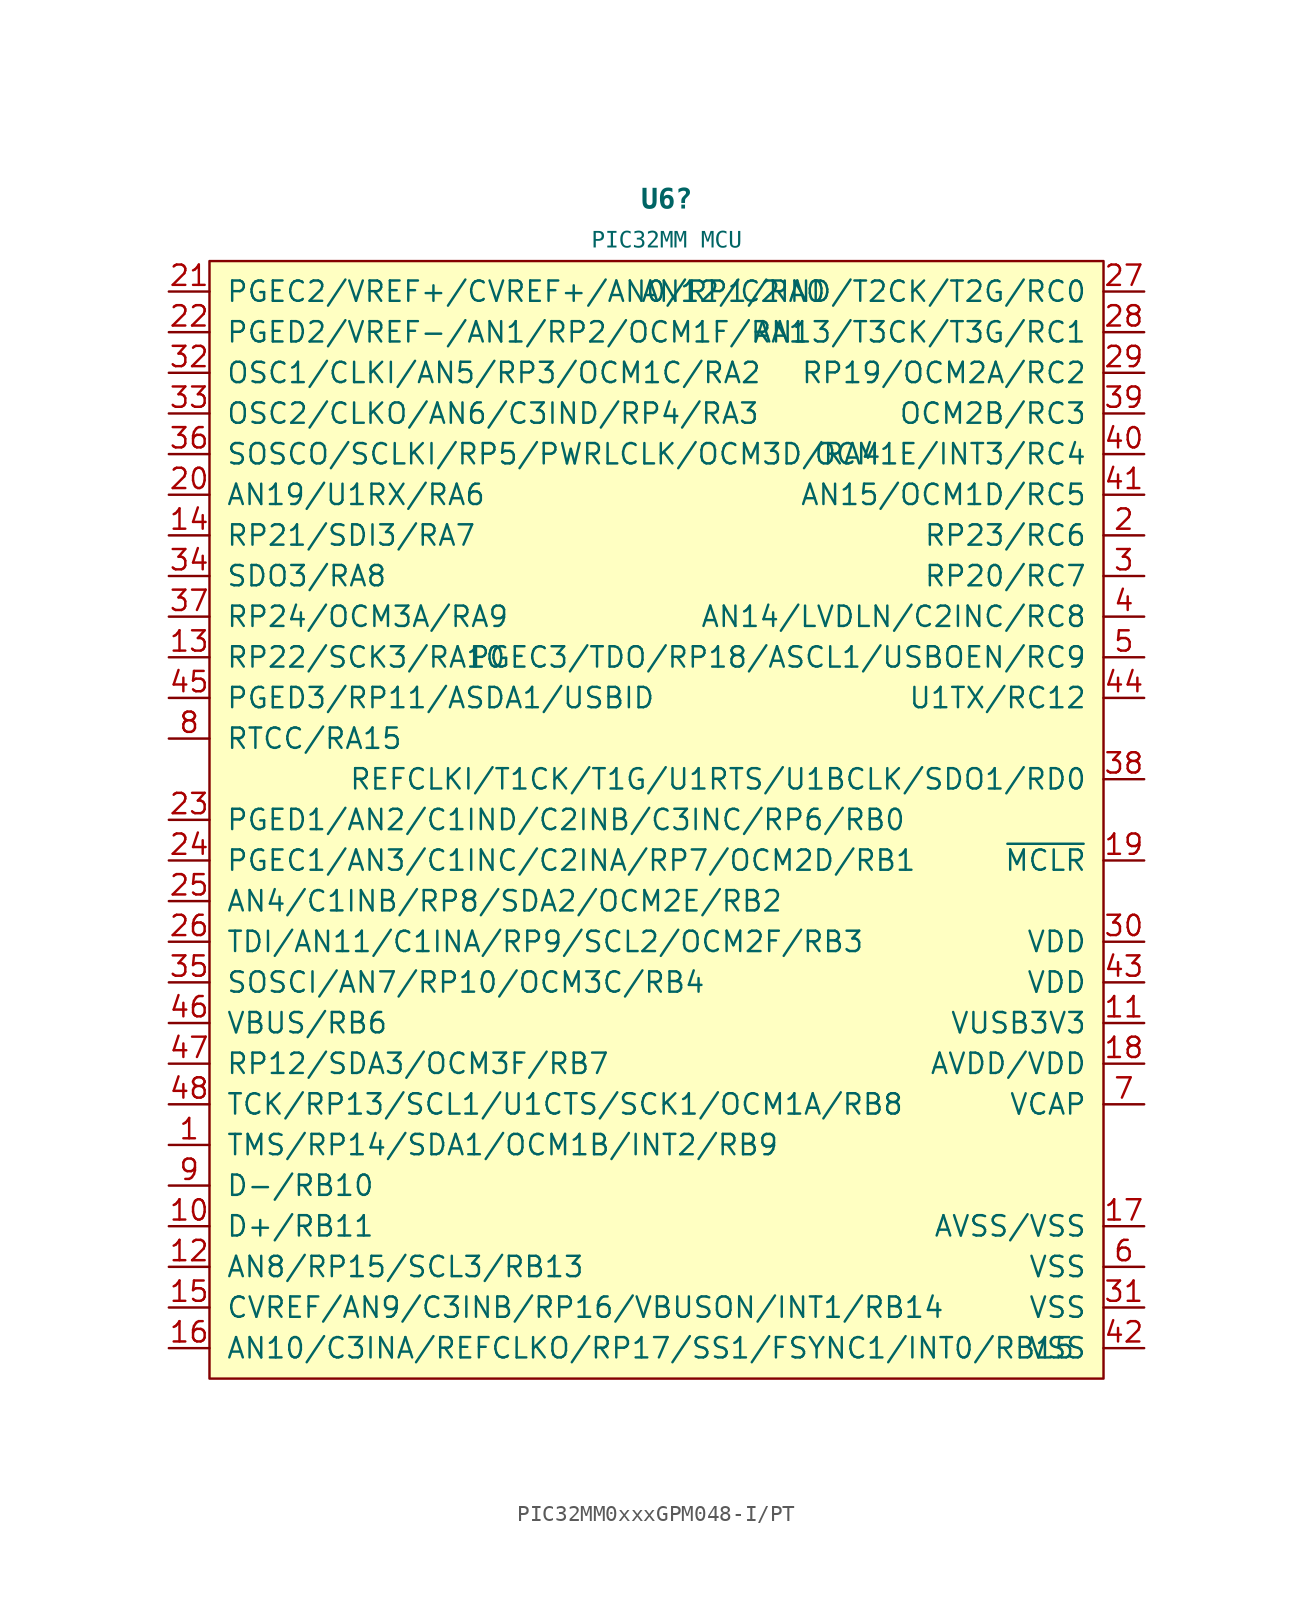
<source format=kicad_sym>
(kicad_symbol_lib
  (version 20231120)
  (generator "kicad_symbol_editor")
  (generator_version "8.0")
  (symbol "PIC32MM0xxxGPM048-I/PT"
    (pin_names
      (offset 1.016))
    (property "Reference" "U6"
      (at 0 38.735 0)
      (effects (font (face "Consolas") (size 1.27 1.27) (bold yes))))
    (property "Value" "PIC32MM MCU"
      (at 0 36.195 0)
      (effects (font (face "Consolas") (size 1.016 1.016))))
    (symbol "PIC32MM0xxxGPM048-I/PT_1_0"
      (pin bidirectional line (at -31.115 -20.32 0) (length 2.54) (name "TMS/RP14/SDA1/OCM1B/INT2/RB9" (effects (font (size 1.27 1.27)))) (number "1" (effects (font (size 1.27 1.27)))))
      (pin bidirectional line (at -31.115 -25.4 0) (length 2.54) (name "D+/RB11" (effects (font (size 1.27 1.27)))) (number "10" (effects (font (size 1.27 1.27)))))
      (pin power_in line (at 29.845 -12.7 180) (length 2.54) (name "VUSB3V3" (effects (font (size 1.27 1.27)))) (number "11" (effects (font (size 1.27 1.27)))))
      (pin bidirectional line (at -31.115 -27.94 0) (length 2.54) (name "AN8/RP15/SCL3/RB13" (effects (font (size 1.27 1.27)))) (number "12" (effects (font (size 1.27 1.27)))))
      (pin bidirectional line (at -31.115 10.16 0) (length 2.54) (name "RP22/SCK3/RA10" (effects (font (size 1.27 1.27)))) (number "13" (effects (font (size 1.27 1.27)))))
      (pin bidirectional line (at -31.115 17.78 0) (length 2.54) (name "RP21/SDI3/RA7" (effects (font (size 1.27 1.27)))) (number "14" (effects (font (size 1.27 1.27)))))
      (pin bidirectional line (at -31.115 -30.48 0) (length 2.54) (name "CVREF/AN9/C3INB/RP16/VBUSON/INT1/RB14" (effects (font (size 1.27 1.27)))) (number "15" (effects (font (size 1.27 1.27)))))
      (pin bidirectional line (at -31.115 -33.02 0) (length 2.54) (name "AN10/C3INA/REFCLKO/RP17/SS1/FSYNC1/INT0/RB15" (effects (font (size 1.27 1.27)))) (number "16" (effects (font (size 1.27 1.27)))))
      (pin power_in line (at 29.845 -25.4 180) (length 2.54) (name "AVSS/VSS" (effects (font (size 1.27 1.27)))) (number "17" (effects (font (size 1.27 1.27)))))
      (pin power_in line (at 29.845 -15.24 180) (length 2.54) (name "AVDD/VDD" (effects (font (size 1.27 1.27)))) (number "18" (effects (font (size 1.27 1.27)))))
      (pin input line (at 29.845 -2.54 180) (length 2.54) (name "~{MCLR}" (effects (font (size 1.27 1.27)))) (number "19" (effects (font (size 1.27 1.27)))))
      (pin bidirectional line (at 29.845 17.78 180) (length 2.54) (name "RP23/RC6" (effects (font (size 1.27 1.27)))) (number "2" (effects (font (size 1.27 1.27)))))
      (pin bidirectional line (at -31.115 20.32 0) (length 2.54) (name "AN19/U1RX/RA6" (effects (font (size 1.27 1.27)))) (number "20" (effects (font (size 1.27 1.27)))))
      (pin bidirectional line (at -31.115 33.02 0) (length 2.54) (name "PGEC2/VREF+/CVREF+/AN0/RP1/RA0" (effects (font (size 1.27 1.27)))) (number "21" (effects (font (size 1.27 1.27)))))
      (pin bidirectional line (at -31.115 30.48 0) (length 2.54) (name "PGED2/VREF-/AN1/RP2/OCM1F/RA1" (effects (font (size 1.27 1.27)))) (number "22" (effects (font (size 1.27 1.27)))))
      (pin bidirectional line (at -31.115 0 0) (length 2.54) (name "PGED1/AN2/C1IND/C2INB/C3INC/RP6/RB0" (effects (font (size 1.27 1.27)))) (number "23" (effects (font (size 1.27 1.27)))))
      (pin bidirectional line (at -31.115 -2.54 0) (length 2.54) (name "PGEC1/AN3/C1INC/C2INA/RP7/OCM2D/RB1" (effects (font (size 1.27 1.27)))) (number "24" (effects (font (size 1.27 1.27)))))
      (pin bidirectional line (at -31.115 -5.08 0) (length 2.54) (name "AN4/C1INB/RP8/SDA2/OCM2E/RB2" (effects (font (size 1.27 1.27)))) (number "25" (effects (font (size 1.27 1.27)))))
      (pin bidirectional line (at -31.115 -7.62 0) (length 2.54) (name "TDI/AN11/C1INA/RP9/SCL2/OCM2F/RB3" (effects (font (size 1.27 1.27)))) (number "26" (effects (font (size 1.27 1.27)))))
      (pin bidirectional line (at 29.845 33.02 180) (length 2.54) (name "AN12/C2IND/T2CK/T2G/RC0" (effects (font (size 1.27 1.27)))) (number "27" (effects (font (size 1.27 1.27)))))
      (pin bidirectional line (at 29.845 30.48 180) (length 2.54) (name "AN13/T3CK/T3G/RC1" (effects (font (size 1.27 1.27)))) (number "28" (effects (font (size 1.27 1.27)))))
      (pin bidirectional line (at 29.845 27.94 180) (length 2.54) (name "RP19/OCM2A/RC2" (effects (font (size 1.27 1.27)))) (number "29" (effects (font (size 1.27 1.27)))))
      (pin bidirectional line (at 29.845 15.24 180) (length 2.54) (name "RP20/RC7" (effects (font (size 1.27 1.27)))) (number "3" (effects (font (size 1.27 1.27)))))
      (pin power_in line (at 29.845 -7.62 180) (length 2.54) (name "VDD" (effects (font (size 1.27 1.27)))) (number "30" (effects (font (size 1.27 1.27)))))
      (pin power_in line (at 29.845 -30.48 180) (length 2.54) (name "VSS" (effects (font (size 1.27 1.27)))) (number "31" (effects (font (size 1.27 1.27)))))
      (pin bidirectional line (at -31.115 27.94 0) (length 2.54) (name "OSC1/CLKI/AN5/RP3/OCM1C/RA2" (effects (font (size 1.27 1.27)))) (number "32" (effects (font (size 1.27 1.27)))))
      (pin bidirectional line (at -31.115 25.4 0) (length 2.54) (name "OSC2/CLKO/AN6/C3IND/RP4/RA3" (effects (font (size 1.27 1.27)))) (number "33" (effects (font (size 1.27 1.27)))))
      (pin bidirectional line (at -31.115 15.24 0) (length 2.54) (name "SDO3/RA8" (effects (font (size 1.27 1.27)))) (number "34" (effects (font (size 1.27 1.27)))))
      (pin bidirectional line (at -31.115 -10.16 0) (length 2.54) (name "SOSCI/AN7/RP10/OCM3C/RB4" (effects (font (size 1.27 1.27)))) (number "35" (effects (font (size 1.27 1.27)))))
      (pin bidirectional line (at -31.115 22.86 0) (length 2.54) (name "SOSCO/SCLKI/RP5/PWRLCLK/OCM3D/RA4" (effects (font (size 1.27 1.27)))) (number "36" (effects (font (size 1.27 1.27)))))
      (pin bidirectional line (at -31.115 12.7 0) (length 2.54) (name "RP24/OCM3A/RA9" (effects (font (size 1.27 1.27)))) (number "37" (effects (font (size 1.27 1.27)))))
      (pin bidirectional line (at 29.845 2.54 180) (length 2.54) (name "REFCLKI/T1CK/T1G/U1RTS/U1BCLK/SDO1/RD0" (effects (font (size 1.27 1.27)))) (number "38" (effects (font (size 1.27 1.27)))))
      (pin bidirectional line (at 29.845 25.4 180) (length 2.54) (name "OCM2B/RC3" (effects (font (size 1.27 1.27)))) (number "39" (effects (font (size 1.27 1.27)))))
      (pin bidirectional line (at 29.845 12.7 180) (length 2.54) (name "AN14/LVDLN/C2INC/RC8" (effects (font (size 1.27 1.27)))) (number "4" (effects (font (size 1.27 1.27)))))
      (pin bidirectional line (at 29.845 22.86 180) (length 2.54) (name "OCM1E/INT3/RC4" (effects (font (size 1.27 1.27)))) (number "40" (effects (font (size 1.27 1.27)))))
      (pin bidirectional line (at 29.845 20.32 180) (length 2.54) (name "AN15/OCM1D/RC5" (effects (font (size 1.27 1.27)))) (number "41" (effects (font (size 1.27 1.27)))))
      (pin power_in line (at 29.845 -33.02 180) (length 2.54) (name "VSS" (effects (font (size 1.27 1.27)))) (number "42" (effects (font (size 1.27 1.27)))))
      (pin power_in line (at 29.845 -10.16 180) (length 2.54) (name "VDD" (effects (font (size 1.27 1.27)))) (number "43" (effects (font (size 1.27 1.27)))))
      (pin bidirectional line (at 29.845 7.62 180) (length 2.54) (name "U1TX/RC12" (effects (font (size 1.27 1.27)))) (number "44" (effects (font (size 1.27 1.27)))))
      (pin bidirectional line (at -31.115 7.62 0) (length 2.54) (name "PGED3/RP11/ASDA1/USBID" (effects (font (size 1.27 1.27)))) (number "45" (effects (font (size 1.27 1.27)))))
      (pin power_in line (at -31.115 -12.7 0) (length 2.54) (name "VBUS/RB6" (effects (font (size 1.27 1.27)))) (number "46" (effects (font (size 1.27 1.27)))))
      (pin bidirectional line (at -31.115 -15.24 0) (length 2.54) (name "RP12/SDA3/OCM3F/RB7" (effects (font (size 1.27 1.27)))) (number "47" (effects (font (size 1.27 1.27)))))
      (pin bidirectional line (at -31.115 -17.78 0) (length 2.54) (name "TCK/RP13/SCL1/U1CTS/SCK1/OCM1A/RB8" (effects (font (size 1.27 1.27)))) (number "48" (effects (font (size 1.27 1.27)))))
      (pin bidirectional line (at 29.845 10.16 180) (length 2.54) (name "PGEC3/TDO/RP18/ASCL1/USBOEN/RC9" (effects (font (size 1.27 1.27)))) (number "5" (effects (font (size 1.27 1.27)))))
      (pin power_in line (at 29.845 -27.94 180) (length 2.54) (name "VSS" (effects (font (size 1.27 1.27)))) (number "6" (effects (font (size 1.27 1.27)))))
      (pin power_in line (at 29.845 -17.78 180) (length 2.54) (name "VCAP" (effects (font (size 1.27 1.27)))) (number "7" (effects (font (size 1.27 1.27)))))
      (pin bidirectional line (at -31.115 5.08 0) (length 2.54) (name "RTCC/RA15" (effects (font (size 1.27 1.27)))) (number "8" (effects (font (size 1.27 1.27)))))
      (pin bidirectional line (at -31.115 -22.86 0) (length 2.54) (name "D-/RB10" (effects (font (size 1.27 1.27)))) (number "9" (effects (font (size 1.27 1.27))))))
    (symbol "PIC32MM0xxxGPM048-I/PT_1_1"
      (rectangle (start -28.575 34.925) (end 27.305 -34.925) (stroke (width 0) (type default)) (fill (type background))))))
</source>
